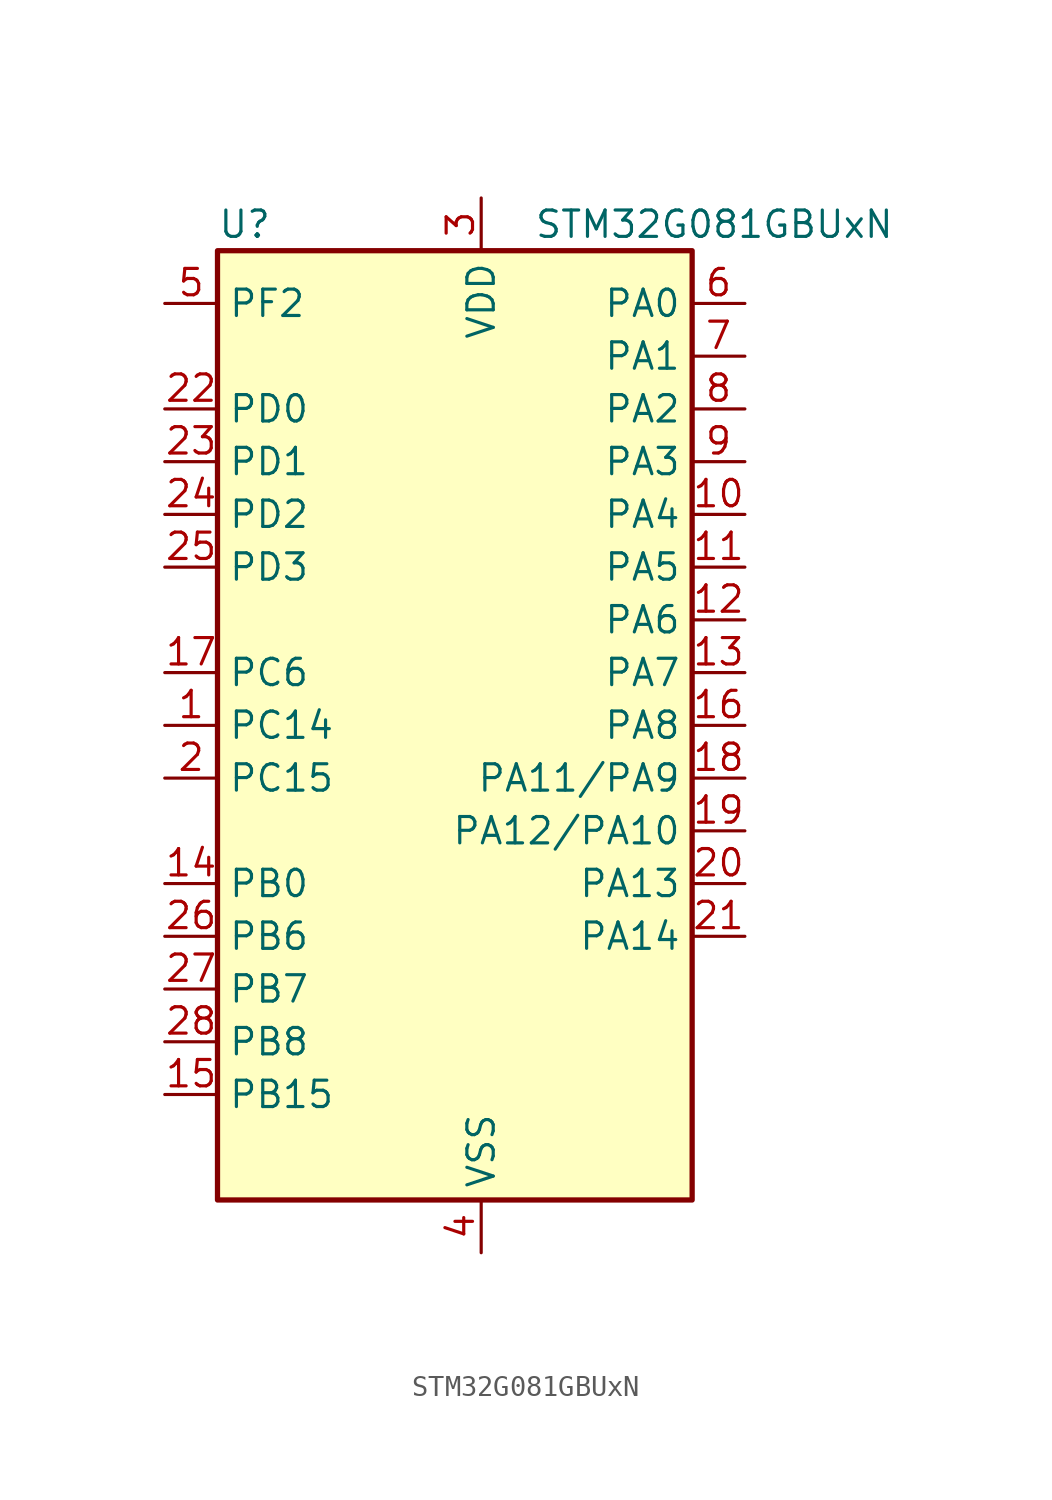
<source format=kicad_sym>
(kicad_symbol_lib
  (version 20211014)
  (generator kicad-library-utils)
  (symbol "STM32G081GBUxN"
    (property "Reference" "U"
      (at -10.16 24.13 0)
      (effects (font (size 1.27 1.27)) (justify left)))
    (property "Value" "STM32G081GBUxN"
      (at 5.08 24.13 0)
      (effects (font (size 1.27 1.27)) (justify left)))
    (property "ki_fp_filters" "QFN*4x4mm*P0.5mm*"
      (at 0.0 0.0 0.0)
      (effects (font (size 1.27 1.27))))
    (symbol "STM32G081GBUxN_0_1"
      (rectangle (start -10.16 -22.86) (end 12.7 22.86) (stroke (width 0.254)) (fill (type background))))
    (symbol "STM32G081GBUxN_1_1"
      (pin bidirectional line (at -12.7 20.32 0) (length 2.54) (name "PF2" (effects (font (size 1.27 1.27)))) (number "5" (effects (font (size 1.27 1.27)))) (alternate "RCC_MCO" bidirectional line))
      (pin bidirectional line (at -12.7 15.24 0) (length 2.54) (name "PD0" (effects (font (size 1.27 1.27)))) (number "22" (effects (font (size 1.27 1.27)))) (alternate "SPI2_NSS" bidirectional line) (alternate "TIM16_CH1" bidirectional line) (alternate "UCPD2_CC1" bidirectional line))
      (pin bidirectional line (at -12.7 12.7 0) (length 2.54) (name "PD1" (effects (font (size 1.27 1.27)))) (number "23" (effects (font (size 1.27 1.27)))) (alternate "SPI2_SCK" bidirectional line) (alternate "TIM17_CH1" bidirectional line) (alternate "UCPD2_DBCC1" bidirectional line))
      (pin bidirectional line (at -12.7 10.16 0) (length 2.54) (name "PD2" (effects (font (size 1.27 1.27)))) (number "24" (effects (font (size 1.27 1.27)))) (alternate "TIM1_CH1N" bidirectional line) (alternate "TIM3_ETR" bidirectional line) (alternate "UCPD2_CC2" bidirectional line) (alternate "USART3_CK" bidirectional line) (alternate "USART3_DE" bidirectional line) (alternate "USART3_RTS" bidirectional line))
      (pin bidirectional line (at -12.7 7.62 0) (length 2.54) (name "PD3" (effects (font (size 1.27 1.27)))) (number "25" (effects (font (size 1.27 1.27)))) (alternate "SPI2_MISO" bidirectional line) (alternate "TIM1_CH2N" bidirectional line) (alternate "UCPD2_DBCC2" bidirectional line) (alternate "USART2_CTS" bidirectional line) (alternate "USART2_NSS" bidirectional line))
      (pin bidirectional line (at -12.7 2.54 0) (length 2.54) (name "PC6" (effects (font (size 1.27 1.27)))) (number "17" (effects (font (size 1.27 1.27)))) (alternate "TIM2_CH3" bidirectional line) (alternate "TIM3_CH1" bidirectional line) (alternate "UCPD1_DBCC1" bidirectional line) (alternate "UCPD1_FRSTX1" bidirectional line) (alternate "UCPD1_FRSTX2" bidirectional line))
      (pin bidirectional line (at -12.7 0.0 0) (length 2.54) (name "PC14" (effects (font (size 1.27 1.27)))) (number "1" (effects (font (size 1.27 1.27)))) (alternate "RCC_OSC32_IN" bidirectional line) (alternate "RCC_OSC_IN" bidirectional line) (alternate "TIM1_BK2" bidirectional line))
      (pin bidirectional line (at -12.7 -2.54 0) (length 2.54) (name "PC15" (effects (font (size 1.27 1.27)))) (number "2" (effects (font (size 1.27 1.27)))) (alternate "RCC_OSC32_EN" bidirectional line) (alternate "RCC_OSC32_OUT" bidirectional line) (alternate "RCC_OSC_EN" bidirectional line) (alternate "TIM15_BK" bidirectional line))
      (pin bidirectional line (at -12.7 -7.62 0) (length 2.54) (name "PB0" (effects (font (size 1.27 1.27)))) (number "14" (effects (font (size 1.27 1.27)))) (alternate "ADC1_IN8" bidirectional line) (alternate "COMP1_OUT" bidirectional line) (alternate "I2S1_WS" bidirectional line) (alternate "LPTIM1_OUT" bidirectional line) (alternate "SPI1_NSS" bidirectional line) (alternate "TIM1_CH2N" bidirectional line) (alternate "TIM3_CH3" bidirectional line) (alternate "UCPD1_DBCC2" bidirectional line) (alternate "UCPD1_FRSTX1" bidirectional line) (alternate "UCPD1_FRSTX2" bidirectional line) (alternate "USART3_RX" bidirectional line))
      (pin bidirectional line (at -12.7 -10.16 0) (length 2.54) (name "PB6" (effects (font (size 1.27 1.27)))) (number "26" (effects (font (size 1.27 1.27)))) (alternate "COMP2_INP" bidirectional line) (alternate "I2C1_SCL" bidirectional line) (alternate "LPTIM1_ETR" bidirectional line) (alternate "SPI2_MISO" bidirectional line) (alternate "TIM16_CH1N" bidirectional line) (alternate "TIM1_CH3" bidirectional line) (alternate "USART1_TX" bidirectional line))
      (pin bidirectional line (at -12.7 -12.7 0) (length 2.54) (name "PB7" (effects (font (size 1.27 1.27)))) (number "27" (effects (font (size 1.27 1.27)))) (alternate "COMP2_INM" bidirectional line) (alternate "I2C1_SDA" bidirectional line) (alternate "LPTIM1_IN2" bidirectional line) (alternate "SPI2_MOSI" bidirectional line) (alternate "SYS_PVD_IN" bidirectional line) (alternate "TIM17_CH1N" bidirectional line) (alternate "USART1_RX" bidirectional line) (alternate "USART4_CTS" bidirectional line) (alternate "USART4_NSS" bidirectional line))
      (pin bidirectional line (at -12.7 -15.24 0) (length 2.54) (name "PB8" (effects (font (size 1.27 1.27)))) (number "28" (effects (font (size 1.27 1.27)))) (alternate "CEC" bidirectional line) (alternate "I2C1_SCL" bidirectional line) (alternate "SPI2_SCK" bidirectional line) (alternate "TIM15_BK" bidirectional line) (alternate "TIM16_CH1" bidirectional line) (alternate "USART3_TX" bidirectional line))
      (pin bidirectional line (at -12.7 -17.78 0) (length 2.54) (name "PB15" (effects (font (size 1.27 1.27)))) (number "15" (effects (font (size 1.27 1.27)))) (alternate "RTC_REFIN" bidirectional line) (alternate "SPI2_MOSI" bidirectional line) (alternate "TIM15_CH1N" bidirectional line) (alternate "TIM15_CH2" bidirectional line) (alternate "TIM1_CH3N" bidirectional line) (alternate "UCPD1_CC2" bidirectional line))
      (pin bidirectional line (at 15.24 20.32 180) (length 2.54) (name "PA0" (effects (font (size 1.27 1.27)))) (number "6" (effects (font (size 1.27 1.27)))) (alternate "ADC1_IN0" bidirectional line) (alternate "COMP1_INM" bidirectional line) (alternate "COMP1_OUT" bidirectional line) (alternate "LPTIM1_OUT" bidirectional line) (alternate "RTC_TAMP_IN2" bidirectional line) (alternate "SPI2_SCK" bidirectional line) (alternate "SYS_WKUP1" bidirectional line) (alternate "TIM2_CH1" bidirectional line) (alternate "TIM2_ETR" bidirectional line) (alternate "UCPD2_FRSTX1" bidirectional line) (alternate "UCPD2_FRSTX2" bidirectional line) (alternate "USART2_CTS" bidirectional line) (alternate "USART2_NSS" bidirectional line) (alternate "USART4_TX" bidirectional line))
      (pin bidirectional line (at 15.24 17.78 180) (length 2.54) (name "PA1" (effects (font (size 1.27 1.27)))) (number "7" (effects (font (size 1.27 1.27)))) (alternate "ADC1_IN1" bidirectional line) (alternate "COMP1_INP" bidirectional line) (alternate "I2C1_SMBA" bidirectional line) (alternate "I2S1_CK" bidirectional line) (alternate "SPI1_SCK" bidirectional line) (alternate "TIM15_CH1N" bidirectional line) (alternate "TIM2_CH2" bidirectional line) (alternate "USART2_CK" bidirectional line) (alternate "USART2_DE" bidirectional line) (alternate "USART2_RTS" bidirectional line) (alternate "USART4_RX" bidirectional line))
      (pin bidirectional line (at 15.24 15.24 180) (length 2.54) (name "PA2" (effects (font (size 1.27 1.27)))) (number "8" (effects (font (size 1.27 1.27)))) (alternate "ADC1_IN2" bidirectional line) (alternate "COMP2_INM" bidirectional line) (alternate "COMP2_OUT" bidirectional line) (alternate "I2S1_SD" bidirectional line) (alternate "LPUART1_TX" bidirectional line) (alternate "RCC_LSCO" bidirectional line) (alternate "SPI1_MOSI" bidirectional line) (alternate "SYS_WKUP4" bidirectional line) (alternate "TIM15_CH1" bidirectional line) (alternate "TIM2_CH3" bidirectional line) (alternate "UCPD1_FRSTX1" bidirectional line) (alternate "UCPD1_FRSTX2" bidirectional line) (alternate "USART2_TX" bidirectional line))
      (pin bidirectional line (at 15.24 12.7 180) (length 2.54) (name "PA3" (effects (font (size 1.27 1.27)))) (number "9" (effects (font (size 1.27 1.27)))) (alternate "ADC1_IN3" bidirectional line) (alternate "COMP2_INP" bidirectional line) (alternate "LPUART1_RX" bidirectional line) (alternate "SPI2_MISO" bidirectional line) (alternate "TIM15_CH2" bidirectional line) (alternate "TIM2_CH4" bidirectional line) (alternate "UCPD2_FRSTX1" bidirectional line) (alternate "UCPD2_FRSTX2" bidirectional line) (alternate "USART2_RX" bidirectional line))
      (pin bidirectional line (at 15.24 10.16 180) (length 2.54) (name "PA4" (effects (font (size 1.27 1.27)))) (number "10" (effects (font (size 1.27 1.27)))) (alternate "ADC1_IN4" bidirectional line) (alternate "DAC1_OUT1" bidirectional line) (alternate "I2S1_WS" bidirectional line) (alternate "LPTIM2_OUT" bidirectional line) (alternate "RTC_OUT_ALARM" bidirectional line) (alternate "RTC_OUT_CALIB" bidirectional line) (alternate "RTC_TAMP_IN1" bidirectional line) (alternate "RTC_TS" bidirectional line) (alternate "SPI1_NSS" bidirectional line) (alternate "SPI2_MOSI" bidirectional line) (alternate "SYS_WKUP2" bidirectional line) (alternate "TIM14_CH1" bidirectional line) (alternate "UCPD2_FRSTX1" bidirectional line) (alternate "UCPD2_FRSTX2" bidirectional line))
      (pin bidirectional line (at 15.24 7.62 180) (length 2.54) (name "PA5" (effects (font (size 1.27 1.27)))) (number "11" (effects (font (size 1.27 1.27)))) (alternate "ADC1_IN5" bidirectional line) (alternate "CEC" bidirectional line) (alternate "DAC1_OUT2" bidirectional line) (alternate "I2S1_CK" bidirectional line) (alternate "LPTIM2_ETR" bidirectional line) (alternate "SPI1_SCK" bidirectional line) (alternate "TIM2_CH1" bidirectional line) (alternate "TIM2_ETR" bidirectional line) (alternate "UCPD1_FRSTX1" bidirectional line) (alternate "UCPD1_FRSTX2" bidirectional line) (alternate "USART3_TX" bidirectional line))
      (pin bidirectional line (at 15.24 5.08 180) (length 2.54) (name "PA6" (effects (font (size 1.27 1.27)))) (number "12" (effects (font (size 1.27 1.27)))) (alternate "ADC1_IN6" bidirectional line) (alternate "COMP1_OUT" bidirectional line) (alternate "I2S1_MCK" bidirectional line) (alternate "LPUART1_CTS" bidirectional line) (alternate "SPI1_MISO" bidirectional line) (alternate "TIM16_CH1" bidirectional line) (alternate "TIM1_BK" bidirectional line) (alternate "TIM3_CH1" bidirectional line) (alternate "USART3_CTS" bidirectional line) (alternate "USART3_NSS" bidirectional line))
      (pin bidirectional line (at 15.24 2.54 180) (length 2.54) (name "PA7" (effects (font (size 1.27 1.27)))) (number "13" (effects (font (size 1.27 1.27)))) (alternate "ADC1_IN7" bidirectional line) (alternate "COMP2_OUT" bidirectional line) (alternate "I2S1_SD" bidirectional line) (alternate "SPI1_MOSI" bidirectional line) (alternate "TIM14_CH1" bidirectional line) (alternate "TIM17_CH1" bidirectional line) (alternate "TIM1_CH1N" bidirectional line) (alternate "TIM3_CH2" bidirectional line) (alternate "UCPD1_FRSTX1" bidirectional line) (alternate "UCPD1_FRSTX2" bidirectional line))
      (pin bidirectional line (at 15.24 0.0 180) (length 2.54) (name "PA8" (effects (font (size 1.27 1.27)))) (number "16" (effects (font (size 1.27 1.27)))) (alternate "LPTIM2_OUT" bidirectional line) (alternate "RCC_MCO" bidirectional line) (alternate "SPI2_NSS" bidirectional line) (alternate "TIM1_CH1" bidirectional line) (alternate "UCPD1_CC1" bidirectional line))
      (pin bidirectional line (at 15.24 -2.54 180) (length 2.54) (name "PA11/PA9" (effects (font (size 1.27 1.27)))) (number "18" (effects (font (size 1.27 1.27)))) (alternate "ADC1_EXTI11" bidirectional line) (alternate "COMP1_OUT" bidirectional line) (alternate "I2C2_SCL" bidirectional line) (alternate "I2S1_MCK" bidirectional line) (alternate "SPI1_MISO" bidirectional line) (alternate "TIM1_BK2" bidirectional line) (alternate "TIM1_CH4" bidirectional line) (alternate "USART1_CTS" bidirectional line) (alternate "USART1_NSS" bidirectional line))
      (pin bidirectional line (at 15.24 -5.08 180) (length 2.54) (name "PA12/PA10" (effects (font (size 1.27 1.27)))) (number "19" (effects (font (size 1.27 1.27)))) (alternate "COMP2_OUT" bidirectional line) (alternate "I2C2_SDA" bidirectional line) (alternate "I2S1_SD" bidirectional line) (alternate "I2S_CKIN" bidirectional line) (alternate "SPI1_MOSI" bidirectional line) (alternate "TIM1_ETR" bidirectional line) (alternate "USART1_CK" bidirectional line) (alternate "USART1_DE" bidirectional line) (alternate "USART1_RTS" bidirectional line))
      (pin bidirectional line (at 15.24 -7.62 180) (length 2.54) (name "PA13" (effects (font (size 1.27 1.27)))) (number "20" (effects (font (size 1.27 1.27)))) (alternate "IR_OUT" bidirectional line) (alternate "SYS_SWDIO" bidirectional line))
      (pin bidirectional line (at 15.24 -10.16 180) (length 2.54) (name "PA14" (effects (font (size 1.27 1.27)))) (number "21" (effects (font (size 1.27 1.27)))) (alternate "SYS_SWCLK" bidirectional line) (alternate "USART2_TX" bidirectional line))
      (pin power_in line (at 2.54 25.4 270) (length 2.54) (name "VDD" (effects (font (size 1.27 1.27)))) (number "3" (effects (font (size 1.27 1.27)))))
      (pin power_in line (at 2.54 -25.4 90) (length 2.54) (name "VSS" (effects (font (size 1.27 1.27)))) (number "4" (effects (font (size 1.27 1.27))))))))
</source>
